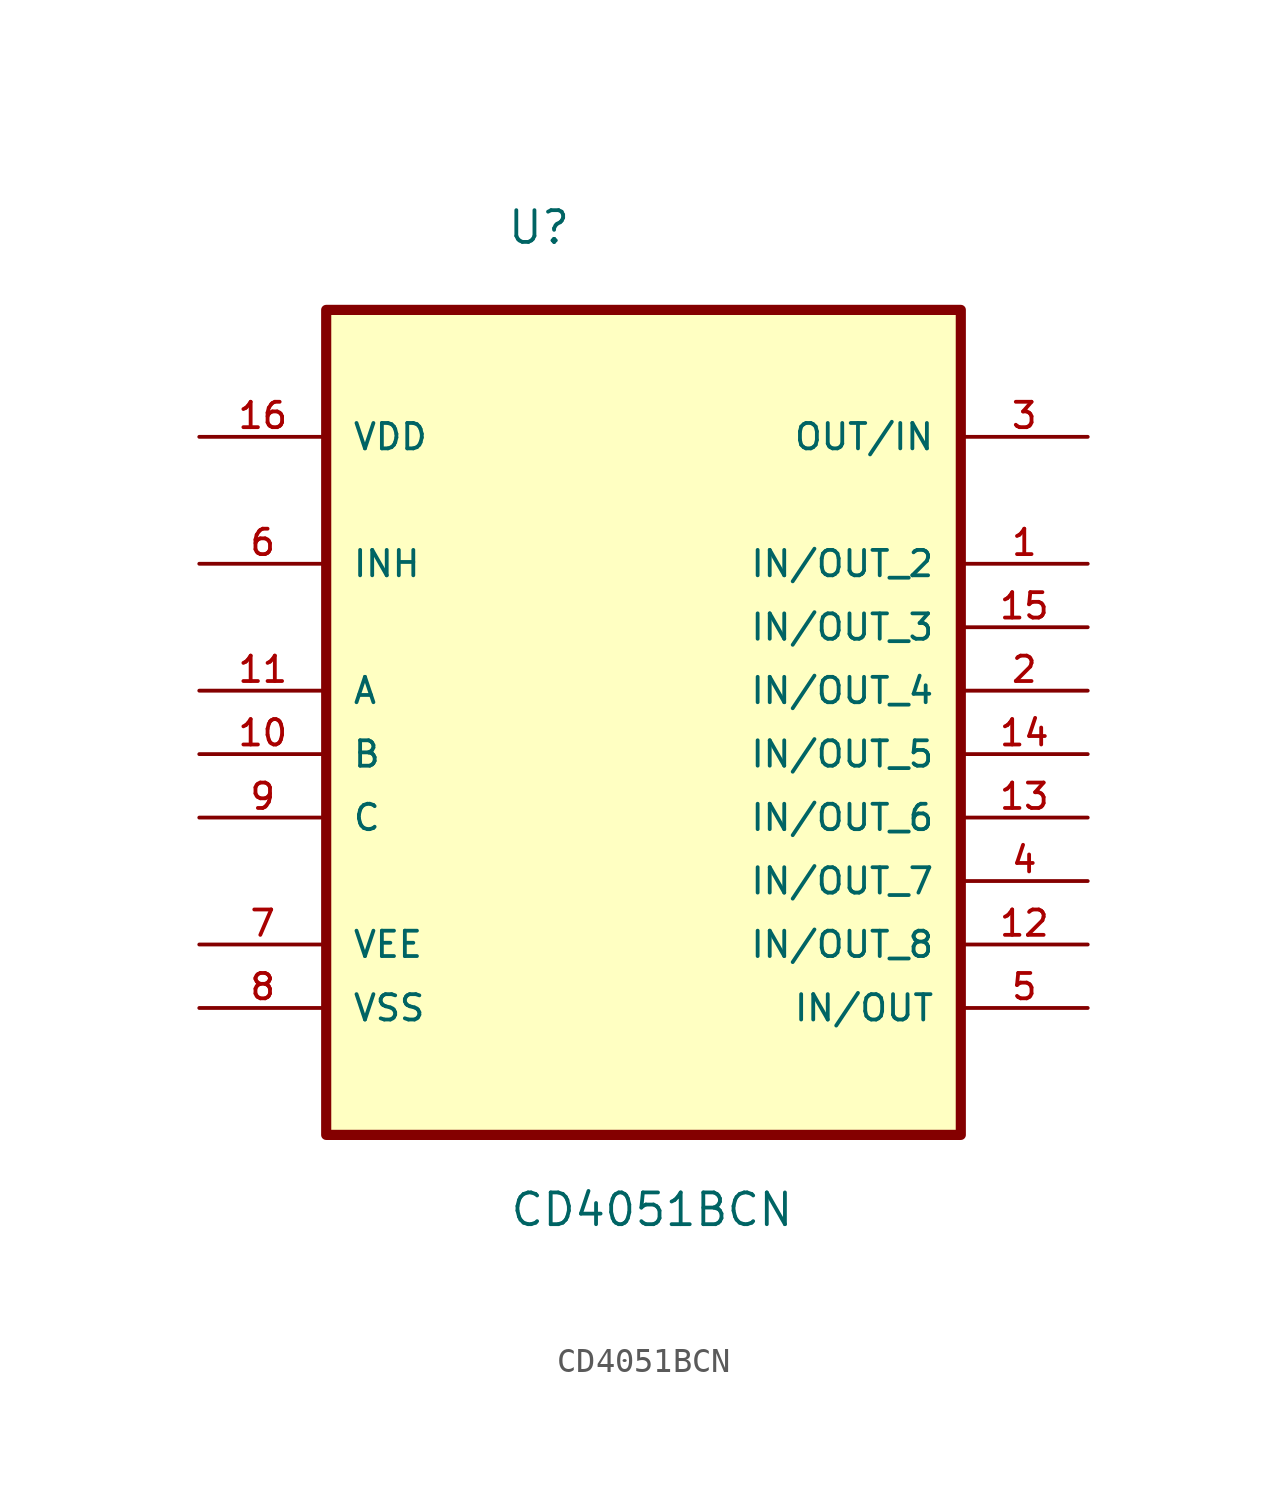
<source format=kicad_sym>
(kicad_symbol_lib
  (version 20211014)
  (generator kicad_symbol_editor)
  (symbol "CD4051BCN"
    (pin_names
      (offset 1.016))
    (property "Reference" "U"
      (at -5.493 15.258 0.0)
      (effects (font (size 1.27 1.27)) (justify bottom left)))
    (property "Value" "CD4051BCN"
      (at -5.386 -24.057 0.0)
      (effects (font (size 1.27 1.27)) (justify bottom left)))
    (symbol "CD4051BCN_0_0"
      (rectangle (start -12.7 -20.32) (end 12.7 12.7) (stroke (width 0.406)) (fill (type background)))
      (pin power_in line (at -17.78 7.62 0) (length 5.08) (name "VDD" (effects (font (size 1.016 1.016)))) (number "16" (effects (font (size 1.016 1.016)))))
      (pin passive line (at -17.78 2.54 0) (length 5.08) (name "INH" (effects (font (size 1.016 1.016)))) (number "6" (effects (font (size 1.016 1.016)))))
      (pin input line (at -17.78 -2.54 0) (length 5.08) (name "A" (effects (font (size 1.016 1.016)))) (number "11" (effects (font (size 1.016 1.016)))))
      (pin input line (at -17.78 -5.08 0) (length 5.08) (name "B" (effects (font (size 1.016 1.016)))) (number "10" (effects (font (size 1.016 1.016)))))
      (pin input line (at -17.78 -7.62 0) (length 5.08) (name "C" (effects (font (size 1.016 1.016)))) (number "9" (effects (font (size 1.016 1.016)))))
      (pin power_in line (at -17.78 -12.7 0) (length 5.08) (name "VEE" (effects (font (size 1.016 1.016)))) (number "7" (effects (font (size 1.016 1.016)))))
      (pin power_in line (at -17.78 -15.24 0) (length 5.08) (name "VSS" (effects (font (size 1.016 1.016)))) (number "8" (effects (font (size 1.016 1.016)))))
      (pin bidirectional line (at 17.78 7.62 180.0) (length 5.08) (name "OUT/IN" (effects (font (size 1.016 1.016)))) (number "3" (effects (font (size 1.016 1.016)))))
      (pin bidirectional line (at 17.78 2.54 180.0) (length 5.08) (name "IN/OUT_2" (effects (font (size 1.016 1.016)))) (number "1" (effects (font (size 1.016 1.016)))))
      (pin bidirectional line (at 17.78 0.0 180.0) (length 5.08) (name "IN/OUT_3" (effects (font (size 1.016 1.016)))) (number "15" (effects (font (size 1.016 1.016)))))
      (pin bidirectional line (at 17.78 -2.54 180.0) (length 5.08) (name "IN/OUT_4" (effects (font (size 1.016 1.016)))) (number "2" (effects (font (size 1.016 1.016)))))
      (pin bidirectional line (at 17.78 -5.08 180.0) (length 5.08) (name "IN/OUT_5" (effects (font (size 1.016 1.016)))) (number "14" (effects (font (size 1.016 1.016)))))
      (pin bidirectional line (at 17.78 -7.62 180.0) (length 5.08) (name "IN/OUT_6" (effects (font (size 1.016 1.016)))) (number "13" (effects (font (size 1.016 1.016)))))
      (pin bidirectional line (at 17.78 -10.16 180.0) (length 5.08) (name "IN/OUT_7" (effects (font (size 1.016 1.016)))) (number "4" (effects (font (size 1.016 1.016)))))
      (pin bidirectional line (at 17.78 -12.7 180.0) (length 5.08) (name "IN/OUT_8" (effects (font (size 1.016 1.016)))) (number "12" (effects (font (size 1.016 1.016)))))
      (pin bidirectional line (at 17.78 -15.24 180.0) (length 5.08) (name "IN/OUT" (effects (font (size 1.016 1.016)))) (number "5" (effects (font (size 1.016 1.016))))))))
</source>
